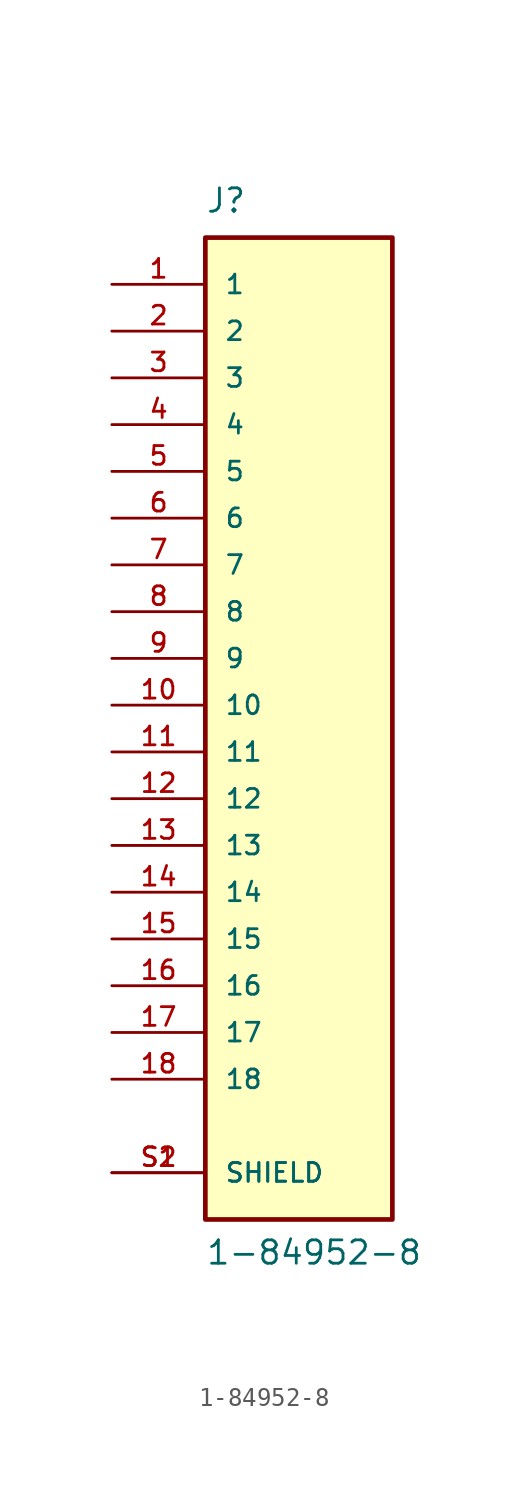
<source format=kicad_sym>
(kicad_symbol_lib
  (version 20211014)
  (generator kicad_symbol_editor)
  (symbol "1-84952-8"
    (pin_names
      (offset 1.016))
    (property "Reference" "J"
      (at -5.08 26.67 0)
      (effects (font (size 1.27 1.27)) (justify bottom left)))
    (property "Value" "1-84952-8"
      (at -5.08 -30.48 0)
      (effects (font (size 1.27 1.27)) (justify bottom left)))
    (symbol "1-84952-8_0_0"
      (rectangle (start -5.08 -27.94) (end 5.08 25.4) (stroke (width 0.254)) (fill (type background)))
      (pin passive line (at -10.16 22.86 0) (length 5.08) (name "1" (effects (font (size 1.016 1.016)))) (number "1" (effects (font (size 1.016 1.016)))))
      (pin passive line (at -10.16 20.32 0) (length 5.08) (name "2" (effects (font (size 1.016 1.016)))) (number "2" (effects (font (size 1.016 1.016)))))
      (pin passive line (at -10.16 17.78 0) (length 5.08) (name "3" (effects (font (size 1.016 1.016)))) (number "3" (effects (font (size 1.016 1.016)))))
      (pin passive line (at -10.16 15.24 0) (length 5.08) (name "4" (effects (font (size 1.016 1.016)))) (number "4" (effects (font (size 1.016 1.016)))))
      (pin passive line (at -10.16 12.7 0) (length 5.08) (name "5" (effects (font (size 1.016 1.016)))) (number "5" (effects (font (size 1.016 1.016)))))
      (pin passive line (at -10.16 10.16 0) (length 5.08) (name "6" (effects (font (size 1.016 1.016)))) (number "6" (effects (font (size 1.016 1.016)))))
      (pin passive line (at -10.16 -25.4 0) (length 5.08) (name "SHIELD" (effects (font (size 1.016 1.016)))) (number "S1" (effects (font (size 1.016 1.016)))))
      (pin passive line (at -10.16 -25.4 0) (length 5.08) (name "SHIELD" (effects (font (size 1.016 1.016)))) (number "S2" (effects (font (size 1.016 1.016)))))
      (pin passive line (at -10.16 7.62 0) (length 5.08) (name "7" (effects (font (size 1.016 1.016)))) (number "7" (effects (font (size 1.016 1.016)))))
      (pin passive line (at -10.16 5.08 0) (length 5.08) (name "8" (effects (font (size 1.016 1.016)))) (number "8" (effects (font (size 1.016 1.016)))))
      (pin passive line (at -10.16 2.54 0) (length 5.08) (name "9" (effects (font (size 1.016 1.016)))) (number "9" (effects (font (size 1.016 1.016)))))
      (pin passive line (at -10.16 0.0 0) (length 5.08) (name "10" (effects (font (size 1.016 1.016)))) (number "10" (effects (font (size 1.016 1.016)))))
      (pin passive line (at -10.16 -2.54 0) (length 5.08) (name "11" (effects (font (size 1.016 1.016)))) (number "11" (effects (font (size 1.016 1.016)))))
      (pin passive line (at -10.16 -5.08 0) (length 5.08) (name "12" (effects (font (size 1.016 1.016)))) (number "12" (effects (font (size 1.016 1.016)))))
      (pin passive line (at -10.16 -7.62 0) (length 5.08) (name "13" (effects (font (size 1.016 1.016)))) (number "13" (effects (font (size 1.016 1.016)))))
      (pin passive line (at -10.16 -10.16 0) (length 5.08) (name "14" (effects (font (size 1.016 1.016)))) (number "14" (effects (font (size 1.016 1.016)))))
      (pin passive line (at -10.16 -12.7 0) (length 5.08) (name "15" (effects (font (size 1.016 1.016)))) (number "15" (effects (font (size 1.016 1.016)))))
      (pin passive line (at -10.16 -15.24 0) (length 5.08) (name "16" (effects (font (size 1.016 1.016)))) (number "16" (effects (font (size 1.016 1.016)))))
      (pin passive line (at -10.16 -17.78 0) (length 5.08) (name "17" (effects (font (size 1.016 1.016)))) (number "17" (effects (font (size 1.016 1.016)))))
      (pin passive line (at -10.16 -20.32 0) (length 5.08) (name "18" (effects (font (size 1.016 1.016)))) (number "18" (effects (font (size 1.016 1.016))))))))
</source>
